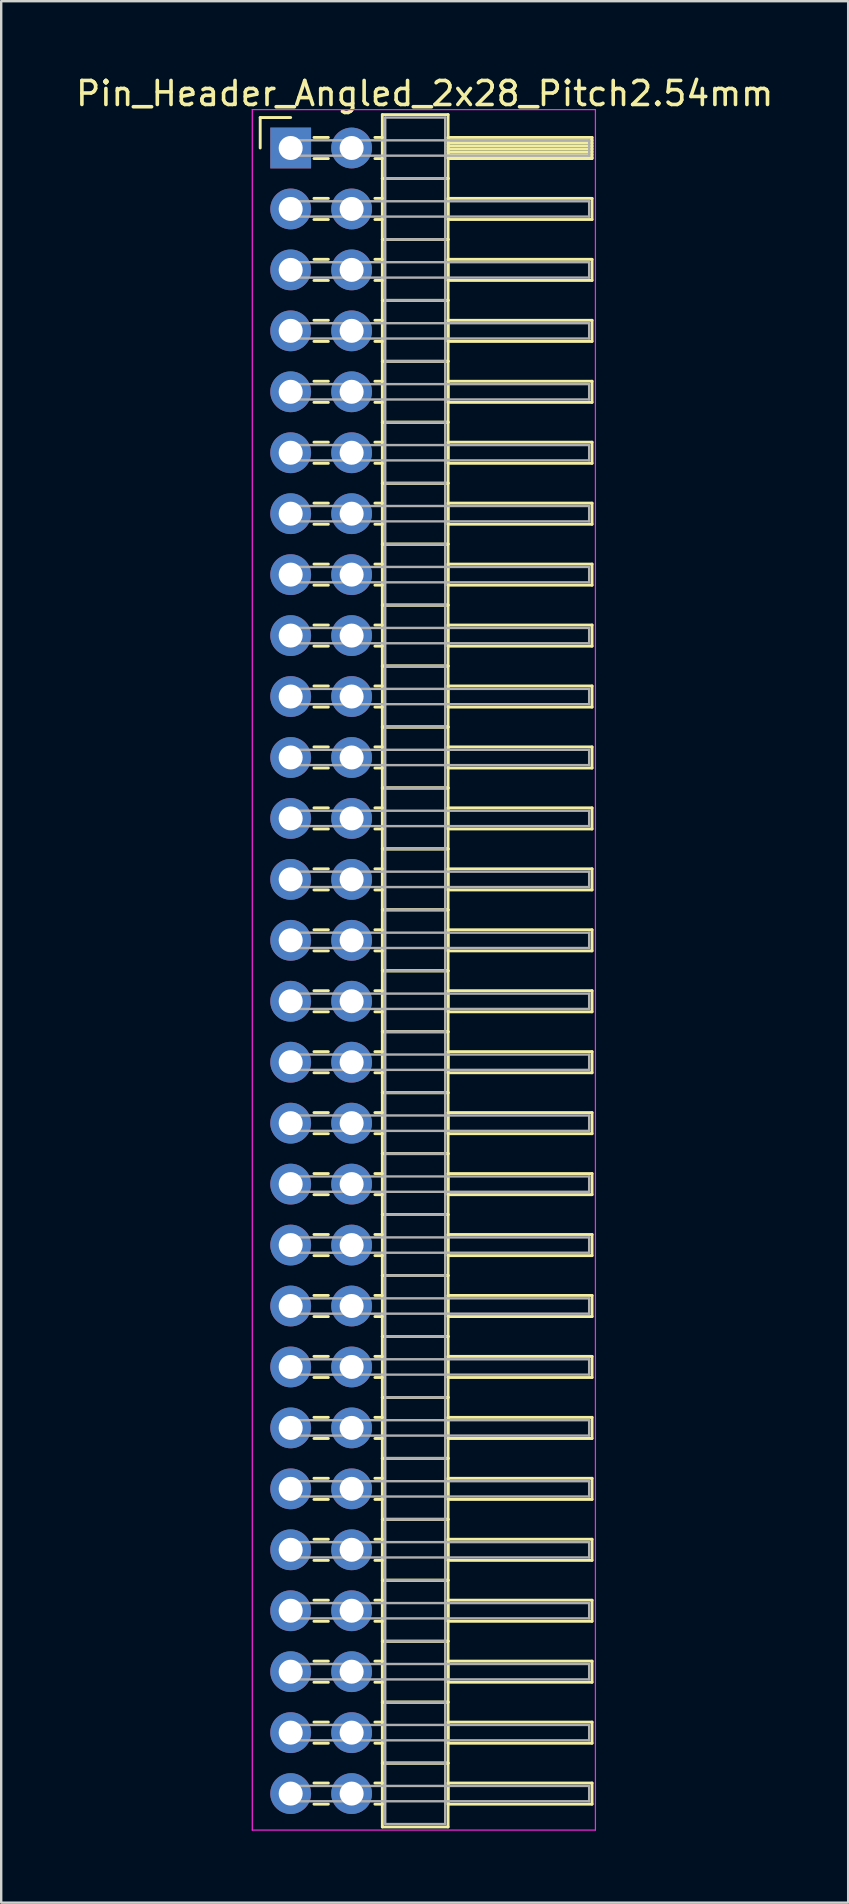
<source format=kicad_pcb>
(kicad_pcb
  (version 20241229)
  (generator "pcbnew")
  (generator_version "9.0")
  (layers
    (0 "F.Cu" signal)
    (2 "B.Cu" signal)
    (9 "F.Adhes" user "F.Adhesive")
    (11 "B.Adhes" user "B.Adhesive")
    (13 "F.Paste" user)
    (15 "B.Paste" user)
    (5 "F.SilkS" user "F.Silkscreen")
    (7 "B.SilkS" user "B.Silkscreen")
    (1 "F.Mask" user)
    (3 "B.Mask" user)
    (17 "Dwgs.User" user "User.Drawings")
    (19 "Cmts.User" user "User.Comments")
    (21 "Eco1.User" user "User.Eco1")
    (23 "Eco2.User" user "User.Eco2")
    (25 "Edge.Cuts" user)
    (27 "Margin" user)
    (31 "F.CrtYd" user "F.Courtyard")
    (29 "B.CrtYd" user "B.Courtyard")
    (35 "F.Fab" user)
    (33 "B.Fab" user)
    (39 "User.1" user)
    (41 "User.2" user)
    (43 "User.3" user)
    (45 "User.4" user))
  (footprint "Pin_Header_Angled_2x28_Pitch2.54mm"
    (layer "F.Cu")
    (at 9.064 3.118)
    (property "Reference" "Pin_Header_Angled_2x28_Pitch2.54mm" (at 5.585 -2.27 0) (layer "F.SilkS") (effects (font (size 1 1) (thickness 0.15))))
    (attr through_hole)
    (fp_line (start -1.27 -1.27) (end 0 -1.27) (stroke (width 0.12) (type solid)) (layer "F.SilkS"))
    (fp_line (start -1.27 0) (end -1.27 -1.27) (stroke (width 0.12) (type solid)) (layer "F.SilkS"))
    (fp_line (start 0.97 -0.44) (end 1.57 -0.44) (stroke (width 0.12) (type solid)) (layer "F.SilkS"))
    (fp_line (start 0.97 0.44) (end 1.57 0.44) (stroke (width 0.12) (type solid)) (layer "F.SilkS"))
    (fp_line (start 0.97 2.1) (end 1.57 2.1) (stroke (width 0.12) (type solid)) (layer "F.SilkS"))
    (fp_line (start 0.97 2.98) (end 1.57 2.98) (stroke (width 0.12) (type solid)) (layer "F.SilkS"))
    (fp_line (start 0.97 4.64) (end 1.57 4.64) (stroke (width 0.12) (type solid)) (layer "F.SilkS"))
    (fp_line (start 0.97 5.52) (end 1.57 5.52) (stroke (width 0.12) (type solid)) (layer "F.SilkS"))
    (fp_line (start 0.97 7.18) (end 1.57 7.18) (stroke (width 0.12) (type solid)) (layer "F.SilkS"))
    (fp_line (start 0.97 8.06) (end 1.57 8.06) (stroke (width 0.12) (type solid)) (layer "F.SilkS"))
    (fp_line (start 0.97 9.72) (end 1.57 9.72) (stroke (width 0.12) (type solid)) (layer "F.SilkS"))
    (fp_line (start 0.97 10.6) (end 1.57 10.6) (stroke (width 0.12) (type solid)) (layer "F.SilkS"))
    (fp_line (start 0.97 12.26) (end 1.57 12.26) (stroke (width 0.12) (type solid)) (layer "F.SilkS"))
    (fp_line (start 0.97 13.14) (end 1.57 13.14) (stroke (width 0.12) (type solid)) (layer "F.SilkS"))
    (fp_line (start 0.97 14.8) (end 1.57 14.8) (stroke (width 0.12) (type solid)) (layer "F.SilkS"))
    (fp_line (start 0.97 15.68) (end 1.57 15.68) (stroke (width 0.12) (type solid)) (layer "F.SilkS"))
    (fp_line (start 0.97 17.34) (end 1.57 17.34) (stroke (width 0.12) (type solid)) (layer "F.SilkS"))
    (fp_line (start 0.97 18.22) (end 1.57 18.22) (stroke (width 0.12) (type solid)) (layer "F.SilkS"))
    (fp_line (start 0.97 19.88) (end 1.57 19.88) (stroke (width 0.12) (type solid)) (layer "F.SilkS"))
    (fp_line (start 0.97 20.76) (end 1.57 20.76) (stroke (width 0.12) (type solid)) (layer "F.SilkS"))
    (fp_line (start 0.97 22.42) (end 1.57 22.42) (stroke (width 0.12) (type solid)) (layer "F.SilkS"))
    (fp_line (start 0.97 23.3) (end 1.57 23.3) (stroke (width 0.12) (type solid)) (layer "F.SilkS"))
    (fp_line (start 0.97 24.96) (end 1.57 24.96) (stroke (width 0.12) (type solid)) (layer "F.SilkS"))
    (fp_line (start 0.97 25.84) (end 1.57 25.84) (stroke (width 0.12) (type solid)) (layer "F.SilkS"))
    (fp_line (start 0.97 27.5) (end 1.57 27.5) (stroke (width 0.12) (type solid)) (layer "F.SilkS"))
    (fp_line (start 0.97 28.38) (end 1.57 28.38) (stroke (width 0.12) (type solid)) (layer "F.SilkS"))
    (fp_line (start 0.97 30.04) (end 1.57 30.04) (stroke (width 0.12) (type solid)) (layer "F.SilkS"))
    (fp_line (start 0.97 30.92) (end 1.57 30.92) (stroke (width 0.12) (type solid)) (layer "F.SilkS"))
    (fp_line (start 0.97 32.58) (end 1.57 32.58) (stroke (width 0.12) (type solid)) (layer "F.SilkS"))
    (fp_line (start 0.97 33.46) (end 1.57 33.46) (stroke (width 0.12) (type solid)) (layer "F.SilkS"))
    (fp_line (start 0.97 35.12) (end 1.57 35.12) (stroke (width 0.12) (type solid)) (layer "F.SilkS"))
    (fp_line (start 0.97 36) (end 1.57 36) (stroke (width 0.12) (type solid)) (layer "F.SilkS"))
    (fp_line (start 0.97 37.66) (end 1.57 37.66) (stroke (width 0.12) (type solid)) (layer "F.SilkS"))
    (fp_line (start 0.97 38.54) (end 1.57 38.54) (stroke (width 0.12) (type solid)) (layer "F.SilkS"))
    (fp_line (start 0.97 40.2) (end 1.57 40.2) (stroke (width 0.12) (type solid)) (layer "F.SilkS"))
    (fp_line (start 0.97 41.08) (end 1.57 41.08) (stroke (width 0.12) (type solid)) (layer "F.SilkS"))
    (fp_line (start 0.97 42.74) (end 1.57 42.74) (stroke (width 0.12) (type solid)) (layer "F.SilkS"))
    (fp_line (start 0.97 43.62) (end 1.57 43.62) (stroke (width 0.12) (type solid)) (layer "F.SilkS"))
    (fp_line (start 0.97 45.28) (end 1.57 45.28) (stroke (width 0.12) (type solid)) (layer "F.SilkS"))
    (fp_line (start 0.97 46.16) (end 1.57 46.16) (stroke (width 0.12) (type solid)) (layer "F.SilkS"))
    (fp_line (start 0.97 47.82) (end 1.57 47.82) (stroke (width 0.12) (type solid)) (layer "F.SilkS"))
    (fp_line (start 0.97 48.7) (end 1.57 48.7) (stroke (width 0.12) (type solid)) (layer "F.SilkS"))
    (fp_line (start 0.97 50.36) (end 1.57 50.36) (stroke (width 0.12) (type solid)) (layer "F.SilkS"))
    (fp_line (start 0.97 51.24) (end 1.57 51.24) (stroke (width 0.12) (type solid)) (layer "F.SilkS"))
    (fp_line (start 0.97 52.9) (end 1.57 52.9) (stroke (width 0.12) (type solid)) (layer "F.SilkS"))
    (fp_line (start 0.97 53.78) (end 1.57 53.78) (stroke (width 0.12) (type solid)) (layer "F.SilkS"))
    (fp_line (start 0.97 55.44) (end 1.57 55.44) (stroke (width 0.12) (type solid)) (layer "F.SilkS"))
    (fp_line (start 0.97 56.32) (end 1.57 56.32) (stroke (width 0.12) (type solid)) (layer "F.SilkS"))
    (fp_line (start 0.97 57.98) (end 1.57 57.98) (stroke (width 0.12) (type solid)) (layer "F.SilkS"))
    (fp_line (start 0.97 58.86) (end 1.57 58.86) (stroke (width 0.12) (type solid)) (layer "F.SilkS"))
    (fp_line (start 0.97 60.52) (end 1.57 60.52) (stroke (width 0.12) (type solid)) (layer "F.SilkS"))
    (fp_line (start 0.97 61.4) (end 1.57 61.4) (stroke (width 0.12) (type solid)) (layer "F.SilkS"))
    (fp_line (start 0.97 63.06) (end 1.57 63.06) (stroke (width 0.12) (type solid)) (layer "F.SilkS"))
    (fp_line (start 0.97 63.94) (end 1.57 63.94) (stroke (width 0.12) (type solid)) (layer "F.SilkS"))
    (fp_line (start 0.97 65.6) (end 1.57 65.6) (stroke (width 0.12) (type solid)) (layer "F.SilkS"))
    (fp_line (start 0.97 66.48) (end 1.57 66.48) (stroke (width 0.12) (type solid)) (layer "F.SilkS"))
    (fp_line (start 0.97 68.14) (end 1.57 68.14) (stroke (width 0.12) (type solid)) (layer "F.SilkS"))
    (fp_line (start 0.97 69.02) (end 1.57 69.02) (stroke (width 0.12) (type solid)) (layer "F.SilkS"))
    (fp_line (start 3.51 -0.44) (end 3.82 -0.44) (stroke (width 0.12) (type solid)) (layer "F.SilkS"))
    (fp_line (start 3.51 0.44) (end 3.82 0.44) (stroke (width 0.12) (type solid)) (layer "F.SilkS"))
    (fp_line (start 3.51 2.1) (end 3.82 2.1) (stroke (width 0.12) (type solid)) (layer "F.SilkS"))
    (fp_line (start 3.51 2.98) (end 3.82 2.98) (stroke (width 0.12) (type solid)) (layer "F.SilkS"))
    (fp_line (start 3.51 4.64) (end 3.82 4.64) (stroke (width 0.12) (type solid)) (layer "F.SilkS"))
    (fp_line (start 3.51 5.52) (end 3.82 5.52) (stroke (width 0.12) (type solid)) (layer "F.SilkS"))
    (fp_line (start 3.51 7.18) (end 3.82 7.18) (stroke (width 0.12) (type solid)) (layer "F.SilkS"))
    (fp_line (start 3.51 8.06) (end 3.82 8.06) (stroke (width 0.12) (type solid)) (layer "F.SilkS"))
    (fp_line (start 3.51 9.72) (end 3.82 9.72) (stroke (width 0.12) (type solid)) (layer "F.SilkS"))
    (fp_line (start 3.51 10.6) (end 3.82 10.6) (stroke (width 0.12) (type solid)) (layer "F.SilkS"))
    (fp_line (start 3.51 12.26) (end 3.82 12.26) (stroke (width 0.12) (type solid)) (layer "F.SilkS"))
    (fp_line (start 3.51 13.14) (end 3.82 13.14) (stroke (width 0.12) (type solid)) (layer "F.SilkS"))
    (fp_line (start 3.51 14.8) (end 3.82 14.8) (stroke (width 0.12) (type solid)) (layer "F.SilkS"))
    (fp_line (start 3.51 15.68) (end 3.82 15.68) (stroke (width 0.12) (type solid)) (layer "F.SilkS"))
    (fp_line (start 3.51 17.34) (end 3.82 17.34) (stroke (width 0.12) (type solid)) (layer "F.SilkS"))
    (fp_line (start 3.51 18.22) (end 3.82 18.22) (stroke (width 0.12) (type solid)) (layer "F.SilkS"))
    (fp_line (start 3.51 19.88) (end 3.82 19.88) (stroke (width 0.12) (type solid)) (layer "F.SilkS"))
    (fp_line (start 3.51 20.76) (end 3.82 20.76) (stroke (width 0.12) (type solid)) (layer "F.SilkS"))
    (fp_line (start 3.51 22.42) (end 3.82 22.42) (stroke (width 0.12) (type solid)) (layer "F.SilkS"))
    (fp_line (start 3.51 23.3) (end 3.82 23.3) (stroke (width 0.12) (type solid)) (layer "F.SilkS"))
    (fp_line (start 3.51 24.96) (end 3.82 24.96) (stroke (width 0.12) (type solid)) (layer "F.SilkS"))
    (fp_line (start 3.51 25.84) (end 3.82 25.84) (stroke (width 0.12) (type solid)) (layer "F.SilkS"))
    (fp_line (start 3.51 27.5) (end 3.82 27.5) (stroke (width 0.12) (type solid)) (layer "F.SilkS"))
    (fp_line (start 3.51 28.38) (end 3.82 28.38) (stroke (width 0.12) (type solid)) (layer "F.SilkS"))
    (fp_line (start 3.51 30.04) (end 3.82 30.04) (stroke (width 0.12) (type solid)) (layer "F.SilkS"))
    (fp_line (start 3.51 30.92) (end 3.82 30.92) (stroke (width 0.12) (type solid)) (layer "F.SilkS"))
    (fp_line (start 3.51 32.58) (end 3.82 32.58) (stroke (width 0.12) (type solid)) (layer "F.SilkS"))
    (fp_line (start 3.51 33.46) (end 3.82 33.46) (stroke (width 0.12) (type solid)) (layer "F.SilkS"))
    (fp_line (start 3.51 35.12) (end 3.82 35.12) (stroke (width 0.12) (type solid)) (layer "F.SilkS"))
    (fp_line (start 3.51 36) (end 3.82 36) (stroke (width 0.12) (type solid)) (layer "F.SilkS"))
    (fp_line (start 3.51 37.66) (end 3.82 37.66) (stroke (width 0.12) (type solid)) (layer "F.SilkS"))
    (fp_line (start 3.51 38.54) (end 3.82 38.54) (stroke (width 0.12) (type solid)) (layer "F.SilkS"))
    (fp_line (start 3.51 40.2) (end 3.82 40.2) (stroke (width 0.12) (type solid)) (layer "F.SilkS"))
    (fp_line (start 3.51 41.08) (end 3.82 41.08) (stroke (width 0.12) (type solid)) (layer "F.SilkS"))
    (fp_line (start 3.51 42.74) (end 3.82 42.74) (stroke (width 0.12) (type solid)) (layer "F.SilkS"))
    (fp_line (start 3.51 43.62) (end 3.82 43.62) (stroke (width 0.12) (type solid)) (layer "F.SilkS"))
    (fp_line (start 3.51 45.28) (end 3.82 45.28) (stroke (width 0.12) (type solid)) (layer "F.SilkS"))
    (fp_line (start 3.51 46.16) (end 3.82 46.16) (stroke (width 0.12) (type solid)) (layer "F.SilkS"))
    (fp_line (start 3.51 47.82) (end 3.82 47.82) (stroke (width 0.12) (type solid)) (layer "F.SilkS"))
    (fp_line (start 3.51 48.7) (end 3.82 48.7) (stroke (width 0.12) (type solid)) (layer "F.SilkS"))
    (fp_line (start 3.51 50.36) (end 3.82 50.36) (stroke (width 0.12) (type solid)) (layer "F.SilkS"))
    (fp_line (start 3.51 51.24) (end 3.82 51.24) (stroke (width 0.12) (type solid)) (layer "F.SilkS"))
    (fp_line (start 3.51 52.9) (end 3.82 52.9) (stroke (width 0.12) (type solid)) (layer "F.SilkS"))
    (fp_line (start 3.51 53.78) (end 3.82 53.78) (stroke (width 0.12) (type solid)) (layer "F.SilkS"))
    (fp_line (start 3.51 55.44) (end 3.82 55.44) (stroke (width 0.12) (type solid)) (layer "F.SilkS"))
    (fp_line (start 3.51 56.32) (end 3.82 56.32) (stroke (width 0.12) (type solid)) (layer "F.SilkS"))
    (fp_line (start 3.51 57.98) (end 3.82 57.98) (stroke (width 0.12) (type solid)) (layer "F.SilkS"))
    (fp_line (start 3.51 58.86) (end 3.82 58.86) (stroke (width 0.12) (type solid)) (layer "F.SilkS"))
    (fp_line (start 3.51 60.52) (end 3.82 60.52) (stroke (width 0.12) (type solid)) (layer "F.SilkS"))
    (fp_line (start 3.51 61.4) (end 3.82 61.4) (stroke (width 0.12) (type solid)) (layer "F.SilkS"))
    (fp_line (start 3.51 63.06) (end 3.82 63.06) (stroke (width 0.12) (type solid)) (layer "F.SilkS"))
    (fp_line (start 3.51 63.94) (end 3.82 63.94) (stroke (width 0.12) (type solid)) (layer "F.SilkS"))
    (fp_line (start 3.51 65.6) (end 3.82 65.6) (stroke (width 0.12) (type solid)) (layer "F.SilkS"))
    (fp_line (start 3.51 66.48) (end 3.82 66.48) (stroke (width 0.12) (type solid)) (layer "F.SilkS"))
    (fp_line (start 3.51 68.14) (end 3.82 68.14) (stroke (width 0.12) (type solid)) (layer "F.SilkS"))
    (fp_line (start 3.51 69.02) (end 3.82 69.02) (stroke (width 0.12) (type solid)) (layer "F.SilkS"))
    (fp_line (start 3.82 -1.39) (end 3.82 1.27) (stroke (width 0.12) (type solid)) (layer "F.SilkS"))
    (fp_line (start 3.82 1.27) (end 3.82 3.81) (stroke (width 0.12) (type solid)) (layer "F.SilkS"))
    (fp_line (start 3.82 1.27) (end 6.56 1.27) (stroke (width 0.12) (type solid)) (layer "F.SilkS"))
    (fp_line (start 3.82 3.81) (end 3.82 6.35) (stroke (width 0.12) (type solid)) (layer "F.SilkS"))
    (fp_line (start 3.82 3.81) (end 6.56 3.81) (stroke (width 0.12) (type solid)) (layer "F.SilkS"))
    (fp_line (start 3.82 6.35) (end 3.82 8.89) (stroke (width 0.12) (type solid)) (layer "F.SilkS"))
    (fp_line (start 3.82 6.35) (end 6.56 6.35) (stroke (width 0.12) (type solid)) (layer "F.SilkS"))
    (fp_line (start 3.82 8.89) (end 3.82 11.43) (stroke (width 0.12) (type solid)) (layer "F.SilkS"))
    (fp_line (start 3.82 8.89) (end 6.56 8.89) (stroke (width 0.12) (type solid)) (layer "F.SilkS"))
    (fp_line (start 3.82 11.43) (end 3.82 13.97) (stroke (width 0.12) (type solid)) (layer "F.SilkS"))
    (fp_line (start 3.82 11.43) (end 6.56 11.43) (stroke (width 0.12) (type solid)) (layer "F.SilkS"))
    (fp_line (start 3.82 13.97) (end 3.82 16.51) (stroke (width 0.12) (type solid)) (layer "F.SilkS"))
    (fp_line (start 3.82 13.97) (end 6.56 13.97) (stroke (width 0.12) (type solid)) (layer "F.SilkS"))
    (fp_line (start 3.82 16.51) (end 3.82 19.05) (stroke (width 0.12) (type solid)) (layer "F.SilkS"))
    (fp_line (start 3.82 16.51) (end 6.56 16.51) (stroke (width 0.12) (type solid)) (layer "F.SilkS"))
    (fp_line (start 3.82 19.05) (end 3.82 21.59) (stroke (width 0.12) (type solid)) (layer "F.SilkS"))
    (fp_line (start 3.82 19.05) (end 6.56 19.05) (stroke (width 0.12) (type solid)) (layer "F.SilkS"))
    (fp_line (start 3.82 21.59) (end 3.82 24.13) (stroke (width 0.12) (type solid)) (layer "F.SilkS"))
    (fp_line (start 3.82 21.59) (end 6.56 21.59) (stroke (width 0.12) (type solid)) (layer "F.SilkS"))
    (fp_line (start 3.82 24.13) (end 3.82 26.67) (stroke (width 0.12) (type solid)) (layer "F.SilkS"))
    (fp_line (start 3.82 24.13) (end 6.56 24.13) (stroke (width 0.12) (type solid)) (layer "F.SilkS"))
    (fp_line (start 3.82 26.67) (end 3.82 29.21) (stroke (width 0.12) (type solid)) (layer "F.SilkS"))
    (fp_line (start 3.82 26.67) (end 6.56 26.67) (stroke (width 0.12) (type solid)) (layer "F.SilkS"))
    (fp_line (start 3.82 29.21) (end 3.82 31.75) (stroke (width 0.12) (type solid)) (layer "F.SilkS"))
    (fp_line (start 3.82 29.21) (end 6.56 29.21) (stroke (width 0.12) (type solid)) (layer "F.SilkS"))
    (fp_line (start 3.82 31.75) (end 3.82 34.29) (stroke (width 0.12) (type solid)) (layer "F.SilkS"))
    (fp_line (start 3.82 31.75) (end 6.56 31.75) (stroke (width 0.12) (type solid)) (layer "F.SilkS"))
    (fp_line (start 3.82 34.29) (end 3.82 36.83) (stroke (width 0.12) (type solid)) (layer "F.SilkS"))
    (fp_line (start 3.82 34.29) (end 6.56 34.29) (stroke (width 0.12) (type solid)) (layer "F.SilkS"))
    (fp_line (start 3.82 36.83) (end 3.82 39.37) (stroke (width 0.12) (type solid)) (layer "F.SilkS"))
    (fp_line (start 3.82 36.83) (end 6.56 36.83) (stroke (width 0.12) (type solid)) (layer "F.SilkS"))
    (fp_line (start 3.82 39.37) (end 3.82 41.91) (stroke (width 0.12) (type solid)) (layer "F.SilkS"))
    (fp_line (start 3.82 39.37) (end 6.56 39.37) (stroke (width 0.12) (type solid)) (layer "F.SilkS"))
    (fp_line (start 3.82 41.91) (end 3.82 44.45) (stroke (width 0.12) (type solid)) (layer "F.SilkS"))
    (fp_line (start 3.82 41.91) (end 6.56 41.91) (stroke (width 0.12) (type solid)) (layer "F.SilkS"))
    (fp_line (start 3.82 44.45) (end 3.82 46.99) (stroke (width 0.12) (type solid)) (layer "F.SilkS"))
    (fp_line (start 3.82 44.45) (end 6.56 44.45) (stroke (width 0.12) (type solid)) (layer "F.SilkS"))
    (fp_line (start 3.82 46.99) (end 3.82 49.53) (stroke (width 0.12) (type solid)) (layer "F.SilkS"))
    (fp_line (start 3.82 46.99) (end 6.56 46.99) (stroke (width 0.12) (type solid)) (layer "F.SilkS"))
    (fp_line (start 3.82 49.53) (end 3.82 52.07) (stroke (width 0.12) (type solid)) (layer "F.SilkS"))
    (fp_line (start 3.82 49.53) (end 6.56 49.53) (stroke (width 0.12) (type solid)) (layer "F.SilkS"))
    (fp_line (start 3.82 52.07) (end 3.82 54.61) (stroke (width 0.12) (type solid)) (layer "F.SilkS"))
    (fp_line (start 3.82 52.07) (end 6.56 52.07) (stroke (width 0.12) (type solid)) (layer "F.SilkS"))
    (fp_line (start 3.82 54.61) (end 3.82 57.15) (stroke (width 0.12) (type solid)) (layer "F.SilkS"))
    (fp_line (start 3.82 54.61) (end 6.56 54.61) (stroke (width 0.12) (type solid)) (layer "F.SilkS"))
    (fp_line (start 3.82 57.15) (end 3.82 59.69) (stroke (width 0.12) (type solid)) (layer "F.SilkS"))
    (fp_line (start 3.82 57.15) (end 6.56 57.15) (stroke (width 0.12) (type solid)) (layer "F.SilkS"))
    (fp_line (start 3.82 59.69) (end 3.82 62.23) (stroke (width 0.12) (type solid)) (layer "F.SilkS"))
    (fp_line (start 3.82 59.69) (end 6.56 59.69) (stroke (width 0.12) (type solid)) (layer "F.SilkS"))
    (fp_line (start 3.82 62.23) (end 3.82 64.77) (stroke (width 0.12) (type solid)) (layer "F.SilkS"))
    (fp_line (start 3.82 62.23) (end 6.56 62.23) (stroke (width 0.12) (type solid)) (layer "F.SilkS"))
    (fp_line (start 3.82 64.77) (end 3.82 67.31) (stroke (width 0.12) (type solid)) (layer "F.SilkS"))
    (fp_line (start 3.82 64.77) (end 6.56 64.77) (stroke (width 0.12) (type solid)) (layer "F.SilkS"))
    (fp_line (start 3.82 67.31) (end 3.82 69.97) (stroke (width 0.12) (type solid)) (layer "F.SilkS"))
    (fp_line (start 3.82 67.31) (end 6.56 67.31) (stroke (width 0.12) (type solid)) (layer "F.SilkS"))
    (fp_line (start 3.82 69.97) (end 6.56 69.97) (stroke (width 0.12) (type solid)) (layer "F.SilkS"))
    (fp_line (start 6.56 -1.39) (end 3.82 -1.39) (stroke (width 0.12) (type solid)) (layer "F.SilkS"))
    (fp_line (start 6.56 -0.44) (end 6.56 0.44) (stroke (width 0.12) (type solid)) (layer "F.SilkS"))
    (fp_line (start 6.56 -0.32) (end 12.56 -0.32) (stroke (width 0.12) (type solid)) (layer "F.SilkS"))
    (fp_line (start 6.56 -0.2) (end 12.56 -0.2) (stroke (width 0.12) (type solid)) (layer "F.SilkS"))
    (fp_line (start 6.56 -0.08) (end 12.56 -0.08) (stroke (width 0.12) (type solid)) (layer "F.SilkS"))
    (fp_line (start 6.56 0.04) (end 12.56 0.04) (stroke (width 0.12) (type solid)) (layer "F.SilkS"))
    (fp_line (start 6.56 0.16) (end 12.56 0.16) (stroke (width 0.12) (type solid)) (layer "F.SilkS"))
    (fp_line (start 6.56 0.28) (end 12.56 0.28) (stroke (width 0.12) (type solid)) (layer "F.SilkS"))
    (fp_line (start 6.56 0.4) (end 12.56 0.4) (stroke (width 0.12) (type solid)) (layer "F.SilkS"))
    (fp_line (start 6.56 0.44) (end 12.56 0.44) (stroke (width 0.12) (type solid)) (layer "F.SilkS"))
    (fp_line (start 6.56 1.27) (end 3.82 1.27) (stroke (width 0.12) (type solid)) (layer "F.SilkS"))
    (fp_line (start 6.56 1.27) (end 6.56 -1.39) (stroke (width 0.12) (type solid)) (layer "F.SilkS"))
    (fp_line (start 6.56 2.1) (end 6.56 2.98) (stroke (width 0.12) (type solid)) (layer "F.SilkS"))
    (fp_line (start 6.56 2.98) (end 12.56 2.98) (stroke (width 0.12) (type solid)) (layer "F.SilkS"))
    (fp_line (start 6.56 3.81) (end 3.82 3.81) (stroke (width 0.12) (type solid)) (layer "F.SilkS"))
    (fp_line (start 6.56 3.81) (end 6.56 1.27) (stroke (width 0.12) (type solid)) (layer "F.SilkS"))
    (fp_line (start 6.56 4.64) (end 6.56 5.52) (stroke (width 0.12) (type solid)) (layer "F.SilkS"))
    (fp_line (start 6.56 5.52) (end 12.56 5.52) (stroke (width 0.12) (type solid)) (layer "F.SilkS"))
    (fp_line (start 6.56 6.35) (end 3.82 6.35) (stroke (width 0.12) (type solid)) (layer "F.SilkS"))
    (fp_line (start 6.56 6.35) (end 6.56 3.81) (stroke (width 0.12) (type solid)) (layer "F.SilkS"))
    (fp_line (start 6.56 7.18) (end 6.56 8.06) (stroke (width 0.12) (type solid)) (layer "F.SilkS"))
    (fp_line (start 6.56 8.06) (end 12.56 8.06) (stroke (width 0.12) (type solid)) (layer "F.SilkS"))
    (fp_line (start 6.56 8.89) (end 3.82 8.89) (stroke (width 0.12) (type solid)) (layer "F.SilkS"))
    (fp_line (start 6.56 8.89) (end 6.56 6.35) (stroke (width 0.12) (type solid)) (layer "F.SilkS"))
    (fp_line (start 6.56 9.72) (end 6.56 10.6) (stroke (width 0.12) (type solid)) (layer "F.SilkS"))
    (fp_line (start 6.56 10.6) (end 12.56 10.6) (stroke (width 0.12) (type solid)) (layer "F.SilkS"))
    (fp_line (start 6.56 11.43) (end 3.82 11.43) (stroke (width 0.12) (type solid)) (layer "F.SilkS"))
    (fp_line (start 6.56 11.43) (end 6.56 8.89) (stroke (width 0.12) (type solid)) (layer "F.SilkS"))
    (fp_line (start 6.56 12.26) (end 6.56 13.14) (stroke (width 0.12) (type solid)) (layer "F.SilkS"))
    (fp_line (start 6.56 13.14) (end 12.56 13.14) (stroke (width 0.12) (type solid)) (layer "F.SilkS"))
    (fp_line (start 6.56 13.97) (end 3.82 13.97) (stroke (width 0.12) (type solid)) (layer "F.SilkS"))
    (fp_line (start 6.56 13.97) (end 6.56 11.43) (stroke (width 0.12) (type solid)) (layer "F.SilkS"))
    (fp_line (start 6.56 14.8) (end 6.56 15.68) (stroke (width 0.12) (type solid)) (layer "F.SilkS"))
    (fp_line (start 6.56 15.68) (end 12.56 15.68) (stroke (width 0.12) (type solid)) (layer "F.SilkS"))
    (fp_line (start 6.56 16.51) (end 3.82 16.51) (stroke (width 0.12) (type solid)) (layer "F.SilkS"))
    (fp_line (start 6.56 16.51) (end 6.56 13.97) (stroke (width 0.12) (type solid)) (layer "F.SilkS"))
    (fp_line (start 6.56 17.34) (end 6.56 18.22) (stroke (width 0.12) (type solid)) (layer "F.SilkS"))
    (fp_line (start 6.56 18.22) (end 12.56 18.22) (stroke (width 0.12) (type solid)) (layer "F.SilkS"))
    (fp_line (start 6.56 19.05) (end 3.82 19.05) (stroke (width 0.12) (type solid)) (layer "F.SilkS"))
    (fp_line (start 6.56 19.05) (end 6.56 16.51) (stroke (width 0.12) (type solid)) (layer "F.SilkS"))
    (fp_line (start 6.56 19.88) (end 6.56 20.76) (stroke (width 0.12) (type solid)) (layer "F.SilkS"))
    (fp_line (start 6.56 20.76) (end 12.56 20.76) (stroke (width 0.12) (type solid)) (layer "F.SilkS"))
    (fp_line (start 6.56 21.59) (end 3.82 21.59) (stroke (width 0.12) (type solid)) (layer "F.SilkS"))
    (fp_line (start 6.56 21.59) (end 6.56 19.05) (stroke (width 0.12) (type solid)) (layer "F.SilkS"))
    (fp_line (start 6.56 22.42) (end 6.56 23.3) (stroke (width 0.12) (type solid)) (layer "F.SilkS"))
    (fp_line (start 6.56 23.3) (end 12.56 23.3) (stroke (width 0.12) (type solid)) (layer "F.SilkS"))
    (fp_line (start 6.56 24.13) (end 3.82 24.13) (stroke (width 0.12) (type solid)) (layer "F.SilkS"))
    (fp_line (start 6.56 24.13) (end 6.56 21.59) (stroke (width 0.12) (type solid)) (layer "F.SilkS"))
    (fp_line (start 6.56 24.96) (end 6.56 25.84) (stroke (width 0.12) (type solid)) (layer "F.SilkS"))
    (fp_line (start 6.56 25.84) (end 12.56 25.84) (stroke (width 0.12) (type solid)) (layer "F.SilkS"))
    (fp_line (start 6.56 26.67) (end 3.82 26.67) (stroke (width 0.12) (type solid)) (layer "F.SilkS"))
    (fp_line (start 6.56 26.67) (end 6.56 24.13) (stroke (width 0.12) (type solid)) (layer "F.SilkS"))
    (fp_line (start 6.56 27.5) (end 6.56 28.38) (stroke (width 0.12) (type solid)) (layer "F.SilkS"))
    (fp_line (start 6.56 28.38) (end 12.56 28.38) (stroke (width 0.12) (type solid)) (layer "F.SilkS"))
    (fp_line (start 6.56 29.21) (end 3.82 29.21) (stroke (width 0.12) (type solid)) (layer "F.SilkS"))
    (fp_line (start 6.56 29.21) (end 6.56 26.67) (stroke (width 0.12) (type solid)) (layer "F.SilkS"))
    (fp_line (start 6.56 30.04) (end 6.56 30.92) (stroke (width 0.12) (type solid)) (layer "F.SilkS"))
    (fp_line (start 6.56 30.92) (end 12.56 30.92) (stroke (width 0.12) (type solid)) (layer "F.SilkS"))
    (fp_line (start 6.56 31.75) (end 3.82 31.75) (stroke (width 0.12) (type solid)) (layer "F.SilkS"))
    (fp_line (start 6.56 31.75) (end 6.56 29.21) (stroke (width 0.12) (type solid)) (layer "F.SilkS"))
    (fp_line (start 6.56 32.58) (end 6.56 33.46) (stroke (width 0.12) (type solid)) (layer "F.SilkS"))
    (fp_line (start 6.56 33.46) (end 12.56 33.46) (stroke (width 0.12) (type solid)) (layer "F.SilkS"))
    (fp_line (start 6.56 34.29) (end 3.82 34.29) (stroke (width 0.12) (type solid)) (layer "F.SilkS"))
    (fp_line (start 6.56 34.29) (end 6.56 31.75) (stroke (width 0.12) (type solid)) (layer "F.SilkS"))
    (fp_line (start 6.56 35.12) (end 6.56 36) (stroke (width 0.12) (type solid)) (layer "F.SilkS"))
    (fp_line (start 6.56 36) (end 12.56 36) (stroke (width 0.12) (type solid)) (layer "F.SilkS"))
    (fp_line (start 6.56 36.83) (end 3.82 36.83) (stroke (width 0.12) (type solid)) (layer "F.SilkS"))
    (fp_line (start 6.56 36.83) (end 6.56 34.29) (stroke (width 0.12) (type solid)) (layer "F.SilkS"))
    (fp_line (start 6.56 37.66) (end 6.56 38.54) (stroke (width 0.12) (type solid)) (layer "F.SilkS"))
    (fp_line (start 6.56 38.54) (end 12.56 38.54) (stroke (width 0.12) (type solid)) (layer "F.SilkS"))
    (fp_line (start 6.56 39.37) (end 3.82 39.37) (stroke (width 0.12) (type solid)) (layer "F.SilkS"))
    (fp_line (start 6.56 39.37) (end 6.56 36.83) (stroke (width 0.12) (type solid)) (layer "F.SilkS"))
    (fp_line (start 6.56 40.2) (end 6.56 41.08) (stroke (width 0.12) (type solid)) (layer "F.SilkS"))
    (fp_line (start 6.56 41.08) (end 12.56 41.08) (stroke (width 0.12) (type solid)) (layer "F.SilkS"))
    (fp_line (start 6.56 41.91) (end 3.82 41.91) (stroke (width 0.12) (type solid)) (layer "F.SilkS"))
    (fp_line (start 6.56 41.91) (end 6.56 39.37) (stroke (width 0.12) (type solid)) (layer "F.SilkS"))
    (fp_line (start 6.56 42.74) (end 6.56 43.62) (stroke (width 0.12) (type solid)) (layer "F.SilkS"))
    (fp_line (start 6.56 43.62) (end 12.56 43.62) (stroke (width 0.12) (type solid)) (layer "F.SilkS"))
    (fp_line (start 6.56 44.45) (end 3.82 44.45) (stroke (width 0.12) (type solid)) (layer "F.SilkS"))
    (fp_line (start 6.56 44.45) (end 6.56 41.91) (stroke (width 0.12) (type solid)) (layer "F.SilkS"))
    (fp_line (start 6.56 45.28) (end 6.56 46.16) (stroke (width 0.12) (type solid)) (layer "F.SilkS"))
    (fp_line (start 6.56 46.16) (end 12.56 46.16) (stroke (width 0.12) (type solid)) (layer "F.SilkS"))
    (fp_line (start 6.56 46.99) (end 3.82 46.99) (stroke (width 0.12) (type solid)) (layer "F.SilkS"))
    (fp_line (start 6.56 46.99) (end 6.56 44.45) (stroke (width 0.12) (type solid)) (layer "F.SilkS"))
    (fp_line (start 6.56 47.82) (end 6.56 48.7) (stroke (width 0.12) (type solid)) (layer "F.SilkS"))
    (fp_line (start 6.56 48.7) (end 12.56 48.7) (stroke (width 0.12) (type solid)) (layer "F.SilkS"))
    (fp_line (start 6.56 49.53) (end 3.82 49.53) (stroke (width 0.12) (type solid)) (layer "F.SilkS"))
    (fp_line (start 6.56 49.53) (end 6.56 46.99) (stroke (width 0.12) (type solid)) (layer "F.SilkS"))
    (fp_line (start 6.56 50.36) (end 6.56 51.24) (stroke (width 0.12) (type solid)) (layer "F.SilkS"))
    (fp_line (start 6.56 51.24) (end 12.56 51.24) (stroke (width 0.12) (type solid)) (layer "F.SilkS"))
    (fp_line (start 6.56 52.07) (end 3.82 52.07) (stroke (width 0.12) (type solid)) (layer "F.SilkS"))
    (fp_line (start 6.56 52.07) (end 6.56 49.53) (stroke (width 0.12) (type solid)) (layer "F.SilkS"))
    (fp_line (start 6.56 52.9) (end 6.56 53.78) (stroke (width 0.12) (type solid)) (layer "F.SilkS"))
    (fp_line (start 6.56 53.78) (end 12.56 53.78) (stroke (width 0.12) (type solid)) (layer "F.SilkS"))
    (fp_line (start 6.56 54.61) (end 3.82 54.61) (stroke (width 0.12) (type solid)) (layer "F.SilkS"))
    (fp_line (start 6.56 54.61) (end 6.56 52.07) (stroke (width 0.12) (type solid)) (layer "F.SilkS"))
    (fp_line (start 6.56 55.44) (end 6.56 56.32) (stroke (width 0.12) (type solid)) (layer "F.SilkS"))
    (fp_line (start 6.56 56.32) (end 12.56 56.32) (stroke (width 0.12) (type solid)) (layer "F.SilkS"))
    (fp_line (start 6.56 57.15) (end 3.82 57.15) (stroke (width 0.12) (type solid)) (layer "F.SilkS"))
    (fp_line (start 6.56 57.15) (end 6.56 54.61) (stroke (width 0.12) (type solid)) (layer "F.SilkS"))
    (fp_line (start 6.56 57.98) (end 6.56 58.86) (stroke (width 0.12) (type solid)) (layer "F.SilkS"))
    (fp_line (start 6.56 58.86) (end 12.56 58.86) (stroke (width 0.12) (type solid)) (layer "F.SilkS"))
    (fp_line (start 6.56 59.69) (end 3.82 59.69) (stroke (width 0.12) (type solid)) (layer "F.SilkS"))
    (fp_line (start 6.56 59.69) (end 6.56 57.15) (stroke (width 0.12) (type solid)) (layer "F.SilkS"))
    (fp_line (start 6.56 60.52) (end 6.56 61.4) (stroke (width 0.12) (type solid)) (layer "F.SilkS"))
    (fp_line (start 6.56 61.4) (end 12.56 61.4) (stroke (width 0.12) (type solid)) (layer "F.SilkS"))
    (fp_line (start 6.56 62.23) (end 3.82 62.23) (stroke (width 0.12) (type solid)) (layer "F.SilkS"))
    (fp_line (start 6.56 62.23) (end 6.56 59.69) (stroke (width 0.12) (type solid)) (layer "F.SilkS"))
    (fp_line (start 6.56 63.06) (end 6.56 63.94) (stroke (width 0.12) (type solid)) (layer "F.SilkS"))
    (fp_line (start 6.56 63.94) (end 12.56 63.94) (stroke (width 0.12) (type solid)) (layer "F.SilkS"))
    (fp_line (start 6.56 64.77) (end 3.82 64.77) (stroke (width 0.12) (type solid)) (layer "F.SilkS"))
    (fp_line (start 6.56 64.77) (end 6.56 62.23) (stroke (width 0.12) (type solid)) (layer "F.SilkS"))
    (fp_line (start 6.56 65.6) (end 6.56 66.48) (stroke (width 0.12) (type solid)) (layer "F.SilkS"))
    (fp_line (start 6.56 66.48) (end 12.56 66.48) (stroke (width 0.12) (type solid)) (layer "F.SilkS"))
    (fp_line (start 6.56 67.31) (end 3.82 67.31) (stroke (width 0.12) (type solid)) (layer "F.SilkS"))
    (fp_line (start 6.56 67.31) (end 6.56 64.77) (stroke (width 0.12) (type solid)) (layer "F.SilkS"))
    (fp_line (start 6.56 68.14) (end 6.56 69.02) (stroke (width 0.12) (type solid)) (layer "F.SilkS"))
    (fp_line (start 6.56 69.02) (end 12.56 69.02) (stroke (width 0.12) (type solid)) (layer "F.SilkS"))
    (fp_line (start 6.56 69.97) (end 6.56 67.31) (stroke (width 0.12) (type solid)) (layer "F.SilkS"))
    (fp_line (start 12.56 -0.44) (end 6.56 -0.44) (stroke (width 0.12) (type solid)) (layer "F.SilkS"))
    (fp_line (start 12.56 0.44) (end 12.56 -0.44) (stroke (width 0.12) (type solid)) (layer "F.SilkS"))
    (fp_line (start 12.56 2.1) (end 6.56 2.1) (stroke (width 0.12) (type solid)) (layer "F.SilkS"))
    (fp_line (start 12.56 2.98) (end 12.56 2.1) (stroke (width 0.12) (type solid)) (layer "F.SilkS"))
    (fp_line (start 12.56 4.64) (end 6.56 4.64) (stroke (width 0.12) (type solid)) (layer "F.SilkS"))
    (fp_line (start 12.56 5.52) (end 12.56 4.64) (stroke (width 0.12) (type solid)) (layer "F.SilkS"))
    (fp_line (start 12.56 7.18) (end 6.56 7.18) (stroke (width 0.12) (type solid)) (layer "F.SilkS"))
    (fp_line (start 12.56 8.06) (end 12.56 7.18) (stroke (width 0.12) (type solid)) (layer "F.SilkS"))
    (fp_line (start 12.56 9.72) (end 6.56 9.72) (stroke (width 0.12) (type solid)) (layer "F.SilkS"))
    (fp_line (start 12.56 10.6) (end 12.56 9.72) (stroke (width 0.12) (type solid)) (layer "F.SilkS"))
    (fp_line (start 12.56 12.26) (end 6.56 12.26) (stroke (width 0.12) (type solid)) (layer "F.SilkS"))
    (fp_line (start 12.56 13.14) (end 12.56 12.26) (stroke (width 0.12) (type solid)) (layer "F.SilkS"))
    (fp_line (start 12.56 14.8) (end 6.56 14.8) (stroke (width 0.12) (type solid)) (layer "F.SilkS"))
    (fp_line (start 12.56 15.68) (end 12.56 14.8) (stroke (width 0.12) (type solid)) (layer "F.SilkS"))
    (fp_line (start 12.56 17.34) (end 6.56 17.34) (stroke (width 0.12) (type solid)) (layer "F.SilkS"))
    (fp_line (start 12.56 18.22) (end 12.56 17.34) (stroke (width 0.12) (type solid)) (layer "F.SilkS"))
    (fp_line (start 12.56 19.88) (end 6.56 19.88) (stroke (width 0.12) (type solid)) (layer "F.SilkS"))
    (fp_line (start 12.56 20.76) (end 12.56 19.88) (stroke (width 0.12) (type solid)) (layer "F.SilkS"))
    (fp_line (start 12.56 22.42) (end 6.56 22.42) (stroke (width 0.12) (type solid)) (layer "F.SilkS"))
    (fp_line (start 12.56 23.3) (end 12.56 22.42) (stroke (width 0.12) (type solid)) (layer "F.SilkS"))
    (fp_line (start 12.56 24.96) (end 6.56 24.96) (stroke (width 0.12) (type solid)) (layer "F.SilkS"))
    (fp_line (start 12.56 25.84) (end 12.56 24.96) (stroke (width 0.12) (type solid)) (layer "F.SilkS"))
    (fp_line (start 12.56 27.5) (end 6.56 27.5) (stroke (width 0.12) (type solid)) (layer "F.SilkS"))
    (fp_line (start 12.56 28.38) (end 12.56 27.5) (stroke (width 0.12) (type solid)) (layer "F.SilkS"))
    (fp_line (start 12.56 30.04) (end 6.56 30.04) (stroke (width 0.12) (type solid)) (layer "F.SilkS"))
    (fp_line (start 12.56 30.92) (end 12.56 30.04) (stroke (width 0.12) (type solid)) (layer "F.SilkS"))
    (fp_line (start 12.56 32.58) (end 6.56 32.58) (stroke (width 0.12) (type solid)) (layer "F.SilkS"))
    (fp_line (start 12.56 33.46) (end 12.56 32.58) (stroke (width 0.12) (type solid)) (layer "F.SilkS"))
    (fp_line (start 12.56 35.12) (end 6.56 35.12) (stroke (width 0.12) (type solid)) (layer "F.SilkS"))
    (fp_line (start 12.56 36) (end 12.56 35.12) (stroke (width 0.12) (type solid)) (layer "F.SilkS"))
    (fp_line (start 12.56 37.66) (end 6.56 37.66) (stroke (width 0.12) (type solid)) (layer "F.SilkS"))
    (fp_line (start 12.56 38.54) (end 12.56 37.66) (stroke (width 0.12) (type solid)) (layer "F.SilkS"))
    (fp_line (start 12.56 40.2) (end 6.56 40.2) (stroke (width 0.12) (type solid)) (layer "F.SilkS"))
    (fp_line (start 12.56 41.08) (end 12.56 40.2) (stroke (width 0.12) (type solid)) (layer "F.SilkS"))
    (fp_line (start 12.56 42.74) (end 6.56 42.74) (stroke (width 0.12) (type solid)) (layer "F.SilkS"))
    (fp_line (start 12.56 43.62) (end 12.56 42.74) (stroke (width 0.12) (type solid)) (layer "F.SilkS"))
    (fp_line (start 12.56 45.28) (end 6.56 45.28) (stroke (width 0.12) (type solid)) (layer "F.SilkS"))
    (fp_line (start 12.56 46.16) (end 12.56 45.28) (stroke (width 0.12) (type solid)) (layer "F.SilkS"))
    (fp_line (start 12.56 47.82) (end 6.56 47.82) (stroke (width 0.12) (type solid)) (layer "F.SilkS"))
    (fp_line (start 12.56 48.7) (end 12.56 47.82) (stroke (width 0.12) (type solid)) (layer "F.SilkS"))
    (fp_line (start 12.56 50.36) (end 6.56 50.36) (stroke (width 0.12) (type solid)) (layer "F.SilkS"))
    (fp_line (start 12.56 51.24) (end 12.56 50.36) (stroke (width 0.12) (type solid)) (layer "F.SilkS"))
    (fp_line (start 12.56 52.9) (end 6.56 52.9) (stroke (width 0.12) (type solid)) (layer "F.SilkS"))
    (fp_line (start 12.56 53.78) (end 12.56 52.9) (stroke (width 0.12) (type solid)) (layer "F.SilkS"))
    (fp_line (start 12.56 55.44) (end 6.56 55.44) (stroke (width 0.12) (type solid)) (layer "F.SilkS"))
    (fp_line (start 12.56 56.32) (end 12.56 55.44) (stroke (width 0.12) (type solid)) (layer "F.SilkS"))
    (fp_line (start 12.56 57.98) (end 6.56 57.98) (stroke (width 0.12) (type solid)) (layer "F.SilkS"))
    (fp_line (start 12.56 58.86) (end 12.56 57.98) (stroke (width 0.12) (type solid)) (layer "F.SilkS"))
    (fp_line (start 12.56 60.52) (end 6.56 60.52) (stroke (width 0.12) (type solid)) (layer "F.SilkS"))
    (fp_line (start 12.56 61.4) (end 12.56 60.52) (stroke (width 0.12) (type solid)) (layer "F.SilkS"))
    (fp_line (start 12.56 63.06) (end 6.56 63.06) (stroke (width 0.12) (type solid)) (layer "F.SilkS"))
    (fp_line (start 12.56 63.94) (end 12.56 63.06) (stroke (width 0.12) (type solid)) (layer "F.SilkS"))
    (fp_line (start 12.56 65.6) (end 6.56 65.6) (stroke (width 0.12) (type solid)) (layer "F.SilkS"))
    (fp_line (start 12.56 66.48) (end 12.56 65.6) (stroke (width 0.12) (type solid)) (layer "F.SilkS"))
    (fp_line (start 12.56 68.14) (end 6.56 68.14) (stroke (width 0.12) (type solid)) (layer "F.SilkS"))
    (fp_line (start 12.56 69.02) (end 12.56 68.14) (stroke (width 0.12) (type solid)) (layer "F.SilkS"))
    (fp_line (start -1.6 -1.6) (end -1.6 70.1) (stroke (width 0.05) (type solid)) (layer "F.CrtYd"))
    (fp_line (start -1.6 70.1) (end 12.7 70.1) (stroke (width 0.05) (type solid)) (layer "F.CrtYd"))
    (fp_line (start 12.7 -1.6) (end -1.6 -1.6) (stroke (width 0.05) (type solid)) (layer "F.CrtYd"))
    (fp_line (start 12.7 70.1) (end 12.7 -1.6) (stroke (width 0.05) (type solid)) (layer "F.CrtYd"))
    (fp_line (start 0 -0.32) (end 0 0.32) (stroke (width 0.1) (type solid)) (layer "F.Fab"))
    (fp_line (start 0 0.32) (end 12.44 0.32) (stroke (width 0.1) (type solid)) (layer "F.Fab"))
    (fp_line (start 0 2.22) (end 0 2.86) (stroke (width 0.1) (type solid)) (layer "F.Fab"))
    (fp_line (start 0 2.86) (end 12.44 2.86) (stroke (width 0.1) (type solid)) (layer "F.Fab"))
    (fp_line (start 0 4.76) (end 0 5.4) (stroke (width 0.1) (type solid)) (layer "F.Fab"))
    (fp_line (start 0 5.4) (end 12.44 5.4) (stroke (width 0.1) (type solid)) (layer "F.Fab"))
    (fp_line (start 0 7.3) (end 0 7.94) (stroke (width 0.1) (type solid)) (layer "F.Fab"))
    (fp_line (start 0 7.94) (end 12.44 7.94) (stroke (width 0.1) (type solid)) (layer "F.Fab"))
    (fp_line (start 0 9.84) (end 0 10.48) (stroke (width 0.1) (type solid)) (layer "F.Fab"))
    (fp_line (start 0 10.48) (end 12.44 10.48) (stroke (width 0.1) (type solid)) (layer "F.Fab"))
    (fp_line (start 0 12.38) (end 0 13.02) (stroke (width 0.1) (type solid)) (layer "F.Fab"))
    (fp_line (start 0 13.02) (end 12.44 13.02) (stroke (width 0.1) (type solid)) (layer "F.Fab"))
    (fp_line (start 0 14.92) (end 0 15.56) (stroke (width 0.1) (type solid)) (layer "F.Fab"))
    (fp_line (start 0 15.56) (end 12.44 15.56) (stroke (width 0.1) (type solid)) (layer "F.Fab"))
    (fp_line (start 0 17.46) (end 0 18.1) (stroke (width 0.1) (type solid)) (layer "F.Fab"))
    (fp_line (start 0 18.1) (end 12.44 18.1) (stroke (width 0.1) (type solid)) (layer "F.Fab"))
    (fp_line (start 0 20) (end 0 20.64) (stroke (width 0.1) (type solid)) (layer "F.Fab"))
    (fp_line (start 0 20.64) (end 12.44 20.64) (stroke (width 0.1) (type solid)) (layer "F.Fab"))
    (fp_line (start 0 22.54) (end 0 23.18) (stroke (width 0.1) (type solid)) (layer "F.Fab"))
    (fp_line (start 0 23.18) (end 12.44 23.18) (stroke (width 0.1) (type solid)) (layer "F.Fab"))
    (fp_line (start 0 25.08) (end 0 25.72) (stroke (width 0.1) (type solid)) (layer "F.Fab"))
    (fp_line (start 0 25.72) (end 12.44 25.72) (stroke (width 0.1) (type solid)) (layer "F.Fab"))
    (fp_line (start 0 27.62) (end 0 28.26) (stroke (width 0.1) (type solid)) (layer "F.Fab"))
    (fp_line (start 0 28.26) (end 12.44 28.26) (stroke (width 0.1) (type solid)) (layer "F.Fab"))
    (fp_line (start 0 30.16) (end 0 30.8) (stroke (width 0.1) (type solid)) (layer "F.Fab"))
    (fp_line (start 0 30.8) (end 12.44 30.8) (stroke (width 0.1) (type solid)) (layer "F.Fab"))
    (fp_line (start 0 32.7) (end 0 33.34) (stroke (width 0.1) (type solid)) (layer "F.Fab"))
    (fp_line (start 0 33.34) (end 12.44 33.34) (stroke (width 0.1) (type solid)) (layer "F.Fab"))
    (fp_line (start 0 35.24) (end 0 35.88) (stroke (width 0.1) (type solid)) (layer "F.Fab"))
    (fp_line (start 0 35.88) (end 12.44 35.88) (stroke (width 0.1) (type solid)) (layer "F.Fab"))
    (fp_line (start 0 37.78) (end 0 38.42) (stroke (width 0.1) (type solid)) (layer "F.Fab"))
    (fp_line (start 0 38.42) (end 12.44 38.42) (stroke (width 0.1) (type solid)) (layer "F.Fab"))
    (fp_line (start 0 40.32) (end 0 40.96) (stroke (width 0.1) (type solid)) (layer "F.Fab"))
    (fp_line (start 0 40.96) (end 12.44 40.96) (stroke (width 0.1) (type solid)) (layer "F.Fab"))
    (fp_line (start 0 42.86) (end 0 43.5) (stroke (width 0.1) (type solid)) (layer "F.Fab"))
    (fp_line (start 0 43.5) (end 12.44 43.5) (stroke (width 0.1) (type solid)) (layer "F.Fab"))
    (fp_line (start 0 45.4) (end 0 46.04) (stroke (width 0.1) (type solid)) (layer "F.Fab"))
    (fp_line (start 0 46.04) (end 12.44 46.04) (stroke (width 0.1) (type solid)) (layer "F.Fab"))
    (fp_line (start 0 47.94) (end 0 48.58) (stroke (width 0.1) (type solid)) (layer "F.Fab"))
    (fp_line (start 0 48.58) (end 12.44 48.58) (stroke (width 0.1) (type solid)) (layer "F.Fab"))
    (fp_line (start 0 50.48) (end 0 51.12) (stroke (width 0.1) (type solid)) (layer "F.Fab"))
    (fp_line (start 0 51.12) (end 12.44 51.12) (stroke (width 0.1) (type solid)) (layer "F.Fab"))
    (fp_line (start 0 53.02) (end 0 53.66) (stroke (width 0.1) (type solid)) (layer "F.Fab"))
    (fp_line (start 0 53.66) (end 12.44 53.66) (stroke (width 0.1) (type solid)) (layer "F.Fab"))
    (fp_line (start 0 55.56) (end 0 56.2) (stroke (width 0.1) (type solid)) (layer "F.Fab"))
    (fp_line (start 0 56.2) (end 12.44 56.2) (stroke (width 0.1) (type solid)) (layer "F.Fab"))
    (fp_line (start 0 58.1) (end 0 58.74) (stroke (width 0.1) (type solid)) (layer "F.Fab"))
    (fp_line (start 0 58.74) (end 12.44 58.74) (stroke (width 0.1) (type solid)) (layer "F.Fab"))
    (fp_line (start 0 60.64) (end 0 61.28) (stroke (width 0.1) (type solid)) (layer "F.Fab"))
    (fp_line (start 0 61.28) (end 12.44 61.28) (stroke (width 0.1) (type solid)) (layer "F.Fab"))
    (fp_line (start 0 63.18) (end 0 63.82) (stroke (width 0.1) (type solid)) (layer "F.Fab"))
    (fp_line (start 0 63.82) (end 12.44 63.82) (stroke (width 0.1) (type solid)) (layer "F.Fab"))
    (fp_line (start 0 65.72) (end 0 66.36) (stroke (width 0.1) (type solid)) (layer "F.Fab"))
    (fp_line (start 0 66.36) (end 12.44 66.36) (stroke (width 0.1) (type solid)) (layer "F.Fab"))
    (fp_line (start 0 68.26) (end 0 68.9) (stroke (width 0.1) (type solid)) (layer "F.Fab"))
    (fp_line (start 0 68.9) (end 12.44 68.9) (stroke (width 0.1) (type solid)) (layer "F.Fab"))
    (fp_line (start 3.94 -1.27) (end 3.94 1.27) (stroke (width 0.1) (type solid)) (layer "F.Fab"))
    (fp_line (start 3.94 1.27) (end 3.94 3.81) (stroke (width 0.1) (type solid)) (layer "F.Fab"))
    (fp_line (start 3.94 1.27) (end 6.44 1.27) (stroke (width 0.1) (type solid)) (layer "F.Fab"))
    (fp_line (start 3.94 3.81) (end 3.94 6.35) (stroke (width 0.1) (type solid)) (layer "F.Fab"))
    (fp_line (start 3.94 3.81) (end 6.44 3.81) (stroke (width 0.1) (type solid)) (layer "F.Fab"))
    (fp_line (start 3.94 6.35) (end 3.94 8.89) (stroke (width 0.1) (type solid)) (layer "F.Fab"))
    (fp_line (start 3.94 6.35) (end 6.44 6.35) (stroke (width 0.1) (type solid)) (layer "F.Fab"))
    (fp_line (start 3.94 8.89) (end 3.94 11.43) (stroke (width 0.1) (type solid)) (layer "F.Fab"))
    (fp_line (start 3.94 8.89) (end 6.44 8.89) (stroke (width 0.1) (type solid)) (layer "F.Fab"))
    (fp_line (start 3.94 11.43) (end 3.94 13.97) (stroke (width 0.1) (type solid)) (layer "F.Fab"))
    (fp_line (start 3.94 11.43) (end 6.44 11.43) (stroke (width 0.1) (type solid)) (layer "F.Fab"))
    (fp_line (start 3.94 13.97) (end 3.94 16.51) (stroke (width 0.1) (type solid)) (layer "F.Fab"))
    (fp_line (start 3.94 13.97) (end 6.44 13.97) (stroke (width 0.1) (type solid)) (layer "F.Fab"))
    (fp_line (start 3.94 16.51) (end 3.94 19.05) (stroke (width 0.1) (type solid)) (layer "F.Fab"))
    (fp_line (start 3.94 16.51) (end 6.44 16.51) (stroke (width 0.1) (type solid)) (layer "F.Fab"))
    (fp_line (start 3.94 19.05) (end 3.94 21.59) (stroke (width 0.1) (type solid)) (layer "F.Fab"))
    (fp_line (start 3.94 19.05) (end 6.44 19.05) (stroke (width 0.1) (type solid)) (layer "F.Fab"))
    (fp_line (start 3.94 21.59) (end 3.94 24.13) (stroke (width 0.1) (type solid)) (layer "F.Fab"))
    (fp_line (start 3.94 21.59) (end 6.44 21.59) (stroke (width 0.1) (type solid)) (layer "F.Fab"))
    (fp_line (start 3.94 24.13) (end 3.94 26.67) (stroke (width 0.1) (type solid)) (layer "F.Fab"))
    (fp_line (start 3.94 24.13) (end 6.44 24.13) (stroke (width 0.1) (type solid)) (layer "F.Fab"))
    (fp_line (start 3.94 26.67) (end 3.94 29.21) (stroke (width 0.1) (type solid)) (layer "F.Fab"))
    (fp_line (start 3.94 26.67) (end 6.44 26.67) (stroke (width 0.1) (type solid)) (layer "F.Fab"))
    (fp_line (start 3.94 29.21) (end 3.94 31.75) (stroke (width 0.1) (type solid)) (layer "F.Fab"))
    (fp_line (start 3.94 29.21) (end 6.44 29.21) (stroke (width 0.1) (type solid)) (layer "F.Fab"))
    (fp_line (start 3.94 31.75) (end 3.94 34.29) (stroke (width 0.1) (type solid)) (layer "F.Fab"))
    (fp_line (start 3.94 31.75) (end 6.44 31.75) (stroke (width 0.1) (type solid)) (layer "F.Fab"))
    (fp_line (start 3.94 34.29) (end 3.94 36.83) (stroke (width 0.1) (type solid)) (layer "F.Fab"))
    (fp_line (start 3.94 34.29) (end 6.44 34.29) (stroke (width 0.1) (type solid)) (layer "F.Fab"))
    (fp_line (start 3.94 36.83) (end 3.94 39.37) (stroke (width 0.1) (type solid)) (layer "F.Fab"))
    (fp_line (start 3.94 36.83) (end 6.44 36.83) (stroke (width 0.1) (type solid)) (layer "F.Fab"))
    (fp_line (start 3.94 39.37) (end 3.94 41.91) (stroke (width 0.1) (type solid)) (layer "F.Fab"))
    (fp_line (start 3.94 39.37) (end 6.44 39.37) (stroke (width 0.1) (type solid)) (layer "F.Fab"))
    (fp_line (start 3.94 41.91) (end 3.94 44.45) (stroke (width 0.1) (type solid)) (layer "F.Fab"))
    (fp_line (start 3.94 41.91) (end 6.44 41.91) (stroke (width 0.1) (type solid)) (layer "F.Fab"))
    (fp_line (start 3.94 44.45) (end 3.94 46.99) (stroke (width 0.1) (type solid)) (layer "F.Fab"))
    (fp_line (start 3.94 44.45) (end 6.44 44.45) (stroke (width 0.1) (type solid)) (layer "F.Fab"))
    (fp_line (start 3.94 46.99) (end 3.94 49.53) (stroke (width 0.1) (type solid)) (layer "F.Fab"))
    (fp_line (start 3.94 46.99) (end 6.44 46.99) (stroke (width 0.1) (type solid)) (layer "F.Fab"))
    (fp_line (start 3.94 49.53) (end 3.94 52.07) (stroke (width 0.1) (type solid)) (layer "F.Fab"))
    (fp_line (start 3.94 49.53) (end 6.44 49.53) (stroke (width 0.1) (type solid)) (layer "F.Fab"))
    (fp_line (start 3.94 52.07) (end 3.94 54.61) (stroke (width 0.1) (type solid)) (layer "F.Fab"))
    (fp_line (start 3.94 52.07) (end 6.44 52.07) (stroke (width 0.1) (type solid)) (layer "F.Fab"))
    (fp_line (start 3.94 54.61) (end 3.94 57.15) (stroke (width 0.1) (type solid)) (layer "F.Fab"))
    (fp_line (start 3.94 54.61) (end 6.44 54.61) (stroke (width 0.1) (type solid)) (layer "F.Fab"))
    (fp_line (start 3.94 57.15) (end 3.94 59.69) (stroke (width 0.1) (type solid)) (layer "F.Fab"))
    (fp_line (start 3.94 57.15) (end 6.44 57.15) (stroke (width 0.1) (type solid)) (layer "F.Fab"))
    (fp_line (start 3.94 59.69) (end 3.94 62.23) (stroke (width 0.1) (type solid)) (layer "F.Fab"))
    (fp_line (start 3.94 59.69) (end 6.44 59.69) (stroke (width 0.1) (type solid)) (layer "F.Fab"))
    (fp_line (start 3.94 62.23) (end 3.94 64.77) (stroke (width 0.1) (type solid)) (layer "F.Fab"))
    (fp_line (start 3.94 62.23) (end 6.44 62.23) (stroke (width 0.1) (type solid)) (layer "F.Fab"))
    (fp_line (start 3.94 64.77) (end 3.94 67.31) (stroke (width 0.1) (type solid)) (layer "F.Fab"))
    (fp_line (start 3.94 64.77) (end 6.44 64.77) (stroke (width 0.1) (type solid)) (layer "F.Fab"))
    (fp_line (start 3.94 67.31) (end 3.94 69.85) (stroke (width 0.1) (type solid)) (layer "F.Fab"))
    (fp_line (start 3.94 67.31) (end 6.44 67.31) (stroke (width 0.1) (type solid)) (layer "F.Fab"))
    (fp_line (start 3.94 69.85) (end 6.44 69.85) (stroke (width 0.1) (type solid)) (layer "F.Fab"))
    (fp_line (start 6.44 -1.27) (end 3.94 -1.27) (stroke (width 0.1) (type solid)) (layer "F.Fab"))
    (fp_line (start 6.44 1.27) (end 3.94 1.27) (stroke (width 0.1) (type solid)) (layer "F.Fab"))
    (fp_line (start 6.44 1.27) (end 6.44 -1.27) (stroke (width 0.1) (type solid)) (layer "F.Fab"))
    (fp_line (start 6.44 3.81) (end 3.94 3.81) (stroke (width 0.1) (type solid)) (layer "F.Fab"))
    (fp_line (start 6.44 3.81) (end 6.44 1.27) (stroke (width 0.1) (type solid)) (layer "F.Fab"))
    (fp_line (start 6.44 6.35) (end 3.94 6.35) (stroke (width 0.1) (type solid)) (layer "F.Fab"))
    (fp_line (start 6.44 6.35) (end 6.44 3.81) (stroke (width 0.1) (type solid)) (layer "F.Fab"))
    (fp_line (start 6.44 8.89) (end 3.94 8.89) (stroke (width 0.1) (type solid)) (layer "F.Fab"))
    (fp_line (start 6.44 8.89) (end 6.44 6.35) (stroke (width 0.1) (type solid)) (layer "F.Fab"))
    (fp_line (start 6.44 11.43) (end 3.94 11.43) (stroke (width 0.1) (type solid)) (layer "F.Fab"))
    (fp_line (start 6.44 11.43) (end 6.44 8.89) (stroke (width 0.1) (type solid)) (layer "F.Fab"))
    (fp_line (start 6.44 13.97) (end 3.94 13.97) (stroke (width 0.1) (type solid)) (layer "F.Fab"))
    (fp_line (start 6.44 13.97) (end 6.44 11.43) (stroke (width 0.1) (type solid)) (layer "F.Fab"))
    (fp_line (start 6.44 16.51) (end 3.94 16.51) (stroke (width 0.1) (type solid)) (layer "F.Fab"))
    (fp_line (start 6.44 16.51) (end 6.44 13.97) (stroke (width 0.1) (type solid)) (layer "F.Fab"))
    (fp_line (start 6.44 19.05) (end 3.94 19.05) (stroke (width 0.1) (type solid)) (layer "F.Fab"))
    (fp_line (start 6.44 19.05) (end 6.44 16.51) (stroke (width 0.1) (type solid)) (layer "F.Fab"))
    (fp_line (start 6.44 21.59) (end 3.94 21.59) (stroke (width 0.1) (type solid)) (layer "F.Fab"))
    (fp_line (start 6.44 21.59) (end 6.44 19.05) (stroke (width 0.1) (type solid)) (layer "F.Fab"))
    (fp_line (start 6.44 24.13) (end 3.94 24.13) (stroke (width 0.1) (type solid)) (layer "F.Fab"))
    (fp_line (start 6.44 24.13) (end 6.44 21.59) (stroke (width 0.1) (type solid)) (layer "F.Fab"))
    (fp_line (start 6.44 26.67) (end 3.94 26.67) (stroke (width 0.1) (type solid)) (layer "F.Fab"))
    (fp_line (start 6.44 26.67) (end 6.44 24.13) (stroke (width 0.1) (type solid)) (layer "F.Fab"))
    (fp_line (start 6.44 29.21) (end 3.94 29.21) (stroke (width 0.1) (type solid)) (layer "F.Fab"))
    (fp_line (start 6.44 29.21) (end 6.44 26.67) (stroke (width 0.1) (type solid)) (layer "F.Fab"))
    (fp_line (start 6.44 31.75) (end 3.94 31.75) (stroke (width 0.1) (type solid)) (layer "F.Fab"))
    (fp_line (start 6.44 31.75) (end 6.44 29.21) (stroke (width 0.1) (type solid)) (layer "F.Fab"))
    (fp_line (start 6.44 34.29) (end 3.94 34.29) (stroke (width 0.1) (type solid)) (layer "F.Fab"))
    (fp_line (start 6.44 34.29) (end 6.44 31.75) (stroke (width 0.1) (type solid)) (layer "F.Fab"))
    (fp_line (start 6.44 36.83) (end 3.94 36.83) (stroke (width 0.1) (type solid)) (layer "F.Fab"))
    (fp_line (start 6.44 36.83) (end 6.44 34.29) (stroke (width 0.1) (type solid)) (layer "F.Fab"))
    (fp_line (start 6.44 39.37) (end 3.94 39.37) (stroke (width 0.1) (type solid)) (layer "F.Fab"))
    (fp_line (start 6.44 39.37) (end 6.44 36.83) (stroke (width 0.1) (type solid)) (layer "F.Fab"))
    (fp_line (start 6.44 41.91) (end 3.94 41.91) (stroke (width 0.1) (type solid)) (layer "F.Fab"))
    (fp_line (start 6.44 41.91) (end 6.44 39.37) (stroke (width 0.1) (type solid)) (layer "F.Fab"))
    (fp_line (start 6.44 44.45) (end 3.94 44.45) (stroke (width 0.1) (type solid)) (layer "F.Fab"))
    (fp_line (start 6.44 44.45) (end 6.44 41.91) (stroke (width 0.1) (type solid)) (layer "F.Fab"))
    (fp_line (start 6.44 46.99) (end 3.94 46.99) (stroke (width 0.1) (type solid)) (layer "F.Fab"))
    (fp_line (start 6.44 46.99) (end 6.44 44.45) (stroke (width 0.1) (type solid)) (layer "F.Fab"))
    (fp_line (start 6.44 49.53) (end 3.94 49.53) (stroke (width 0.1) (type solid)) (layer "F.Fab"))
    (fp_line (start 6.44 49.53) (end 6.44 46.99) (stroke (width 0.1) (type solid)) (layer "F.Fab"))
    (fp_line (start 6.44 52.07) (end 3.94 52.07) (stroke (width 0.1) (type solid)) (layer "F.Fab"))
    (fp_line (start 6.44 52.07) (end 6.44 49.53) (stroke (width 0.1) (type solid)) (layer "F.Fab"))
    (fp_line (start 6.44 54.61) (end 3.94 54.61) (stroke (width 0.1) (type solid)) (layer "F.Fab"))
    (fp_line (start 6.44 54.61) (end 6.44 52.07) (stroke (width 0.1) (type solid)) (layer "F.Fab"))
    (fp_line (start 6.44 57.15) (end 3.94 57.15) (stroke (width 0.1) (type solid)) (layer "F.Fab"))
    (fp_line (start 6.44 57.15) (end 6.44 54.61) (stroke (width 0.1) (type solid)) (layer "F.Fab"))
    (fp_line (start 6.44 59.69) (end 3.94 59.69) (stroke (width 0.1) (type solid)) (layer "F.Fab"))
    (fp_line (start 6.44 59.69) (end 6.44 57.15) (stroke (width 0.1) (type solid)) (layer "F.Fab"))
    (fp_line (start 6.44 62.23) (end 3.94 62.23) (stroke (width 0.1) (type solid)) (layer "F.Fab"))
    (fp_line (start 6.44 62.23) (end 6.44 59.69) (stroke (width 0.1) (type solid)) (layer "F.Fab"))
    (fp_line (start 6.44 64.77) (end 3.94 64.77) (stroke (width 0.1) (type solid)) (layer "F.Fab"))
    (fp_line (start 6.44 64.77) (end 6.44 62.23) (stroke (width 0.1) (type solid)) (layer "F.Fab"))
    (fp_line (start 6.44 67.31) (end 3.94 67.31) (stroke (width 0.1) (type solid)) (layer "F.Fab"))
    (fp_line (start 6.44 67.31) (end 6.44 64.77) (stroke (width 0.1) (type solid)) (layer "F.Fab"))
    (fp_line (start 6.44 69.85) (end 6.44 67.31) (stroke (width 0.1) (type solid)) (layer "F.Fab"))
    (fp_line (start 12.44 -0.32) (end 0 -0.32) (stroke (width 0.1) (type solid)) (layer "F.Fab"))
    (fp_line (start 12.44 0.32) (end 12.44 -0.32) (stroke (width 0.1) (type solid)) (layer "F.Fab"))
    (fp_line (start 12.44 2.22) (end 0 2.22) (stroke (width 0.1) (type solid)) (layer "F.Fab"))
    (fp_line (start 12.44 2.86) (end 12.44 2.22) (stroke (width 0.1) (type solid)) (layer "F.Fab"))
    (fp_line (start 12.44 4.76) (end 0 4.76) (stroke (width 0.1) (type solid)) (layer "F.Fab"))
    (fp_line (start 12.44 5.4) (end 12.44 4.76) (stroke (width 0.1) (type solid)) (layer "F.Fab"))
    (fp_line (start 12.44 7.3) (end 0 7.3) (stroke (width 0.1) (type solid)) (layer "F.Fab"))
    (fp_line (start 12.44 7.94) (end 12.44 7.3) (stroke (width 0.1) (type solid)) (layer "F.Fab"))
    (fp_line (start 12.44 9.84) (end 0 9.84) (stroke (width 0.1) (type solid)) (layer "F.Fab"))
    (fp_line (start 12.44 10.48) (end 12.44 9.84) (stroke (width 0.1) (type solid)) (layer "F.Fab"))
    (fp_line (start 12.44 12.38) (end 0 12.38) (stroke (width 0.1) (type solid)) (layer "F.Fab"))
    (fp_line (start 12.44 13.02) (end 12.44 12.38) (stroke (width 0.1) (type solid)) (layer "F.Fab"))
    (fp_line (start 12.44 14.92) (end 0 14.92) (stroke (width 0.1) (type solid)) (layer "F.Fab"))
    (fp_line (start 12.44 15.56) (end 12.44 14.92) (stroke (width 0.1) (type solid)) (layer "F.Fab"))
    (fp_line (start 12.44 17.46) (end 0 17.46) (stroke (width 0.1) (type solid)) (layer "F.Fab"))
    (fp_line (start 12.44 18.1) (end 12.44 17.46) (stroke (width 0.1) (type solid)) (layer "F.Fab"))
    (fp_line (start 12.44 20) (end 0 20) (stroke (width 0.1) (type solid)) (layer "F.Fab"))
    (fp_line (start 12.44 20.64) (end 12.44 20) (stroke (width 0.1) (type solid)) (layer "F.Fab"))
    (fp_line (start 12.44 22.54) (end 0 22.54) (stroke (width 0.1) (type solid)) (layer "F.Fab"))
    (fp_line (start 12.44 23.18) (end 12.44 22.54) (stroke (width 0.1) (type solid)) (layer "F.Fab"))
    (fp_line (start 12.44 25.08) (end 0 25.08) (stroke (width 0.1) (type solid)) (layer "F.Fab"))
    (fp_line (start 12.44 25.72) (end 12.44 25.08) (stroke (width 0.1) (type solid)) (layer "F.Fab"))
    (fp_line (start 12.44 27.62) (end 0 27.62) (stroke (width 0.1) (type solid)) (layer "F.Fab"))
    (fp_line (start 12.44 28.26) (end 12.44 27.62) (stroke (width 0.1) (type solid)) (layer "F.Fab"))
    (fp_line (start 12.44 30.16) (end 0 30.16) (stroke (width 0.1) (type solid)) (layer "F.Fab"))
    (fp_line (start 12.44 30.8) (end 12.44 30.16) (stroke (width 0.1) (type solid)) (layer "F.Fab"))
    (fp_line (start 12.44 32.7) (end 0 32.7) (stroke (width 0.1) (type solid)) (layer "F.Fab"))
    (fp_line (start 12.44 33.34) (end 12.44 32.7) (stroke (width 0.1) (type solid)) (layer "F.Fab"))
    (fp_line (start 12.44 35.24) (end 0 35.24) (stroke (width 0.1) (type solid)) (layer "F.Fab"))
    (fp_line (start 12.44 35.88) (end 12.44 35.24) (stroke (width 0.1) (type solid)) (layer "F.Fab"))
    (fp_line (start 12.44 37.78) (end 0 37.78) (stroke (width 0.1) (type solid)) (layer "F.Fab"))
    (fp_line (start 12.44 38.42) (end 12.44 37.78) (stroke (width 0.1) (type solid)) (layer "F.Fab"))
    (fp_line (start 12.44 40.32) (end 0 40.32) (stroke (width 0.1) (type solid)) (layer "F.Fab"))
    (fp_line (start 12.44 40.96) (end 12.44 40.32) (stroke (width 0.1) (type solid)) (layer "F.Fab"))
    (fp_line (start 12.44 42.86) (end 0 42.86) (stroke (width 0.1) (type solid)) (layer "F.Fab"))
    (fp_line (start 12.44 43.5) (end 12.44 42.86) (stroke (width 0.1) (type solid)) (layer "F.Fab"))
    (fp_line (start 12.44 45.4) (end 0 45.4) (stroke (width 0.1) (type solid)) (layer "F.Fab"))
    (fp_line (start 12.44 46.04) (end 12.44 45.4) (stroke (width 0.1) (type solid)) (layer "F.Fab"))
    (fp_line (start 12.44 47.94) (end 0 47.94) (stroke (width 0.1) (type solid)) (layer "F.Fab"))
    (fp_line (start 12.44 48.58) (end 12.44 47.94) (stroke (width 0.1) (type solid)) (layer "F.Fab"))
    (fp_line (start 12.44 50.48) (end 0 50.48) (stroke (width 0.1) (type solid)) (layer "F.Fab"))
    (fp_line (start 12.44 51.12) (end 12.44 50.48) (stroke (width 0.1) (type solid)) (layer "F.Fab"))
    (fp_line (start 12.44 53.02) (end 0 53.02) (stroke (width 0.1) (type solid)) (layer "F.Fab"))
    (fp_line (start 12.44 53.66) (end 12.44 53.02) (stroke (width 0.1) (type solid)) (layer "F.Fab"))
    (fp_line (start 12.44 55.56) (end 0 55.56) (stroke (width 0.1) (type solid)) (layer "F.Fab"))
    (fp_line (start 12.44 56.2) (end 12.44 55.56) (stroke (width 0.1) (type solid)) (layer "F.Fab"))
    (fp_line (start 12.44 58.1) (end 0 58.1) (stroke (width 0.1) (type solid)) (layer "F.Fab"))
    (fp_line (start 12.44 58.74) (end 12.44 58.1) (stroke (width 0.1) (type solid)) (layer "F.Fab"))
    (fp_line (start 12.44 60.64) (end 0 60.64) (stroke (width 0.1) (type solid)) (layer "F.Fab"))
    (fp_line (start 12.44 61.28) (end 12.44 60.64) (stroke (width 0.1) (type solid)) (layer "F.Fab"))
    (fp_line (start 12.44 63.18) (end 0 63.18) (stroke (width 0.1) (type solid)) (layer "F.Fab"))
    (fp_line (start 12.44 63.82) (end 12.44 63.18) (stroke (width 0.1) (type solid)) (layer "F.Fab"))
    (fp_line (start 12.44 65.72) (end 0 65.72) (stroke (width 0.1) (type solid)) (layer "F.Fab"))
    (fp_line (start 12.44 66.36) (end 12.44 65.72) (stroke (width 0.1) (type solid)) (layer "F.Fab"))
    (fp_line (start 12.44 68.26) (end 0 68.26) (stroke (width 0.1) (type solid)) (layer "F.Fab"))
    (fp_line (start 12.44 68.9) (end 12.44 68.26) (stroke (width 0.1) (type solid)) (layer "F.Fab"))
    (pad "1" thru_hole rect (at 0 0) (size 1.7 1.7) (drill 1) (layers "*.Cu" "*.Mask"))
    (pad "2" thru_hole oval (at 2.54 0) (size 1.7 1.7) (drill 1) (layers "*.Cu" "*.Mask"))
    (pad "3" thru_hole oval (at 0 2.54) (size 1.7 1.7) (drill 1) (layers "*.Cu" "*.Mask"))
    (pad "4" thru_hole oval (at 2.54 2.54) (size 1.7 1.7) (drill 1) (layers "*.Cu" "*.Mask"))
    (pad "5" thru_hole oval (at 0 5.08) (size 1.7 1.7) (drill 1) (layers "*.Cu" "*.Mask"))
    (pad "6" thru_hole oval (at 2.54 5.08) (size 1.7 1.7) (drill 1) (layers "*.Cu" "*.Mask"))
    (pad "7" thru_hole oval (at 0 7.62) (size 1.7 1.7) (drill 1) (layers "*.Cu" "*.Mask"))
    (pad "8" thru_hole oval (at 2.54 7.62) (size 1.7 1.7) (drill 1) (layers "*.Cu" "*.Mask"))
    (pad "9" thru_hole oval (at 0 10.16) (size 1.7 1.7) (drill 1) (layers "*.Cu" "*.Mask"))
    (pad "10" thru_hole oval (at 2.54 10.16) (size 1.7 1.7) (drill 1) (layers "*.Cu" "*.Mask"))
    (pad "11" thru_hole oval (at 0 12.7) (size 1.7 1.7) (drill 1) (layers "*.Cu" "*.Mask"))
    (pad "12" thru_hole oval (at 2.54 12.7) (size 1.7 1.7) (drill 1) (layers "*.Cu" "*.Mask"))
    (pad "13" thru_hole oval (at 0 15.24) (size 1.7 1.7) (drill 1) (layers "*.Cu" "*.Mask"))
    (pad "14" thru_hole oval (at 2.54 15.24) (size 1.7 1.7) (drill 1) (layers "*.Cu" "*.Mask"))
    (pad "15" thru_hole oval (at 0 17.78) (size 1.7 1.7) (drill 1) (layers "*.Cu" "*.Mask"))
    (pad "16" thru_hole oval (at 2.54 17.78) (size 1.7 1.7) (drill 1) (layers "*.Cu" "*.Mask"))
    (pad "17" thru_hole oval (at 0 20.32) (size 1.7 1.7) (drill 1) (layers "*.Cu" "*.Mask"))
    (pad "18" thru_hole oval (at 2.54 20.32) (size 1.7 1.7) (drill 1) (layers "*.Cu" "*.Mask"))
    (pad "19" thru_hole oval (at 0 22.86) (size 1.7 1.7) (drill 1) (layers "*.Cu" "*.Mask"))
    (pad "20" thru_hole oval (at 2.54 22.86) (size 1.7 1.7) (drill 1) (layers "*.Cu" "*.Mask"))
    (pad "21" thru_hole oval (at 0 25.4) (size 1.7 1.7) (drill 1) (layers "*.Cu" "*.Mask"))
    (pad "22" thru_hole oval (at 2.54 25.4) (size 1.7 1.7) (drill 1) (layers "*.Cu" "*.Mask"))
    (pad "23" thru_hole oval (at 0 27.94) (size 1.7 1.7) (drill 1) (layers "*.Cu" "*.Mask"))
    (pad "24" thru_hole oval (at 2.54 27.94) (size 1.7 1.7) (drill 1) (layers "*.Cu" "*.Mask"))
    (pad "25" thru_hole oval (at 0 30.48) (size 1.7 1.7) (drill 1) (layers "*.Cu" "*.Mask"))
    (pad "26" thru_hole oval (at 2.54 30.48) (size 1.7 1.7) (drill 1) (layers "*.Cu" "*.Mask"))
    (pad "27" thru_hole oval (at 0 33.02) (size 1.7 1.7) (drill 1) (layers "*.Cu" "*.Mask"))
    (pad "28" thru_hole oval (at 2.54 33.02) (size 1.7 1.7) (drill 1) (layers "*.Cu" "*.Mask"))
    (pad "29" thru_hole oval (at 0 35.56) (size 1.7 1.7) (drill 1) (layers "*.Cu" "*.Mask"))
    (pad "30" thru_hole oval (at 2.54 35.56) (size 1.7 1.7) (drill 1) (layers "*.Cu" "*.Mask"))
    (pad "31" thru_hole oval (at 0 38.1) (size 1.7 1.7) (drill 1) (layers "*.Cu" "*.Mask"))
    (pad "32" thru_hole oval (at 2.54 38.1) (size 1.7 1.7) (drill 1) (layers "*.Cu" "*.Mask"))
    (pad "33" thru_hole oval (at 0 40.64) (size 1.7 1.7) (drill 1) (layers "*.Cu" "*.Mask"))
    (pad "34" thru_hole oval (at 2.54 40.64) (size 1.7 1.7) (drill 1) (layers "*.Cu" "*.Mask"))
    (pad "35" thru_hole oval (at 0 43.18) (size 1.7 1.7) (drill 1) (layers "*.Cu" "*.Mask"))
    (pad "36" thru_hole oval (at 2.54 43.18) (size 1.7 1.7) (drill 1) (layers "*.Cu" "*.Mask"))
    (pad "37" thru_hole oval (at 0 45.72) (size 1.7 1.7) (drill 1) (layers "*.Cu" "*.Mask"))
    (pad "38" thru_hole oval (at 2.54 45.72) (size 1.7 1.7) (drill 1) (layers "*.Cu" "*.Mask"))
    (pad "39" thru_hole oval (at 0 48.26) (size 1.7 1.7) (drill 1) (layers "*.Cu" "*.Mask"))
    (pad "40" thru_hole oval (at 2.54 48.26) (size 1.7 1.7) (drill 1) (layers "*.Cu" "*.Mask"))
    (pad "41" thru_hole oval (at 0 50.8) (size 1.7 1.7) (drill 1) (layers "*.Cu" "*.Mask"))
    (pad "42" thru_hole oval (at 2.54 50.8) (size 1.7 1.7) (drill 1) (layers "*.Cu" "*.Mask"))
    (pad "43" thru_hole oval (at 0 53.34) (size 1.7 1.7) (drill 1) (layers "*.Cu" "*.Mask"))
    (pad "44" thru_hole oval (at 2.54 53.34) (size 1.7 1.7) (drill 1) (layers "*.Cu" "*.Mask"))
    (pad "45" thru_hole oval (at 0 55.88) (size 1.7 1.7) (drill 1) (layers "*.Cu" "*.Mask"))
    (pad "46" thru_hole oval (at 2.54 55.88) (size 1.7 1.7) (drill 1) (layers "*.Cu" "*.Mask"))
    (pad "47" thru_hole oval (at 0 58.42) (size 1.7 1.7) (drill 1) (layers "*.Cu" "*.Mask"))
    (pad "48" thru_hole oval (at 2.54 58.42) (size 1.7 1.7) (drill 1) (layers "*.Cu" "*.Mask"))
    (pad "49" thru_hole oval (at 0 60.96) (size 1.7 1.7) (drill 1) (layers "*.Cu" "*.Mask"))
    (pad "50" thru_hole oval (at 2.54 60.96) (size 1.7 1.7) (drill 1) (layers "*.Cu" "*.Mask"))
    (pad "51" thru_hole oval (at 0 63.5) (size 1.7 1.7) (drill 1) (layers "*.Cu" "*.Mask"))
    (pad "52" thru_hole oval (at 2.54 63.5) (size 1.7 1.7) (drill 1) (layers "*.Cu" "*.Mask"))
    (pad "53" thru_hole oval (at 0 66.04) (size 1.7 1.7) (drill 1) (layers "*.Cu" "*.Mask"))
    (pad "54" thru_hole oval (at 2.54 66.04) (size 1.7 1.7) (drill 1) (layers "*.Cu" "*.Mask"))
    (pad "55" thru_hole oval (at 0 68.58) (size 1.7 1.7) (drill 1) (layers "*.Cu" "*.Mask"))
    (pad "56" thru_hole oval (at 2.54 68.58) (size 1.7 1.7) (drill 1) (layers "*.Cu" "*.Mask")))
  (gr_rect
    (start -3 -3)
    (end 32.298 76.243)
    (stroke (width 0.1) (type default))
    (fill no)
    (layer "Edge.Cuts")))
</source>
